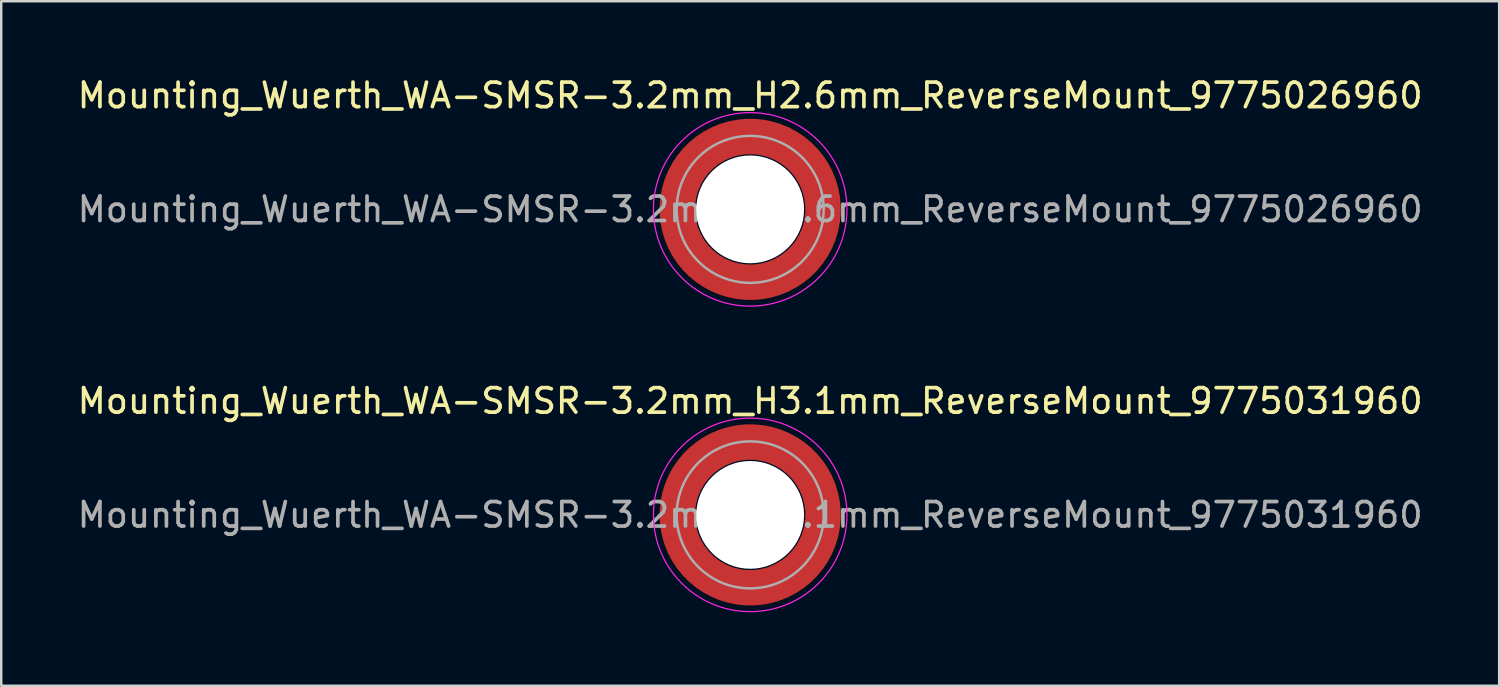
<source format=kicad_pcb>
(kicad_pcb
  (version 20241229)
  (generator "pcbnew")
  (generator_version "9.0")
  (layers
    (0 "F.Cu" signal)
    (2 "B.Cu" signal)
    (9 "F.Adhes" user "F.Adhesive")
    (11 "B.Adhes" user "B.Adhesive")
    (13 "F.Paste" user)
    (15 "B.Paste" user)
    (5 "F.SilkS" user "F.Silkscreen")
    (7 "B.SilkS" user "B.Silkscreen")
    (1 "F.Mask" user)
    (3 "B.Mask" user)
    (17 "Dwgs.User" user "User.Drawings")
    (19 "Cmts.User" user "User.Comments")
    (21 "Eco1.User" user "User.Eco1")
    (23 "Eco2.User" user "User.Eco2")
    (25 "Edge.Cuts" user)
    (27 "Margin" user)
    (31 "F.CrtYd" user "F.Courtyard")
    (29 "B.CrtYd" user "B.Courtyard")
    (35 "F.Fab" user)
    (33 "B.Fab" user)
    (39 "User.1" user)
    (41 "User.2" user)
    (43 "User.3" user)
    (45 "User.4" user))
  (footprint "Mounting_Wuerth_WA-SMSR-3.2mm_H3.1mm_ReverseMount_9775031960"
    (layer "F.Cu")
    (at 27.577 17.971)
    (property "Reference" "Mounting_Wuerth_WA-SMSR-3.2mm_H3.1mm_ReverseMount_9775031960" (at 0 -4.65 0) (layer "F.SilkS") (effects (font (size 1 1) (thickness 0.15))))
    (attr smd)
    (fp_circle (center 0 0) (end 3.95 0) (stroke (width 0.05) (type solid)) (fill no) (layer "F.CrtYd"))
    (fp_circle (center 0 0) (end 3 0) (stroke (width 0.1) (type solid)) (fill no) (layer "F.Fab"))
    (fp_text user "${REFERENCE}" (at 0 0 0) (layer "F.Fab") (effects (font (size 1 1) (thickness 0.15))))
    (pad "" smd custom (at -2.095 -2.095) (size 0.945 0.945) (layers "F.Paste") (options (anchor circle)) (primitives (gr_arc (start -0.24231 1.594804) (mid 0.404819 0.404819) (end 1.594804 -0.24231) (width 0.2)) (gr_arc (start -0.3398 1.594804) (mid 0.337349 0.337349) (end 1.594804 -0.3398) (width 0.2)) (gr_arc (start -0.437132 1.594804) (mid 0.269879 0.269879) (end 1.594804 -0.437132) (width 0.2)) (gr_arc (start -0.534324 1.594804) (mid 0.202409 0.202409) (end 1.594804 -0.534324) (width 0.2)) (gr_arc (start -0.631391 1.594804) (mid 0.134939 0.134939) (end 1.594804 -0.631391) (width 0.2)) (gr_arc (start -0.728345 1.594804) (mid 0.06747 0.06747) (end 1.594804 -0.728345) (width 0.2)) (gr_arc (start -0.825197 1.594804) (mid 0 0) (end 1.594804 -0.825197) (width 0.2)) (gr_arc (start -0.921958 1.594804) (mid -0.067469 -0.067469) (end 1.594804 -0.921958) (width 0.2)) (gr_arc (start -1.018637 1.594804) (mid -0.13494 -0.13494) (end 1.594804 -1.018637) (width 0.2)) (gr_arc (start -1.115239 1.594804) (mid -0.202409 -0.202409) (end 1.594804 -1.115239) (width 0.2)) (gr_arc (start -1.211773 1.594804) (mid -0.269879 -0.269879) (end 1.594804 -1.211773) (width 0.2)) (gr_arc (start -1.308244 1.594804) (mid -0.337349 -0.337349) (end 1.594804 -1.308244) (width 0.2)) (gr_arc (start -1.404657 1.594804) (mid -0.404819 -0.404819) (end 1.594804 -1.404657) (width 0.2)) (gr_arc (start -1.404657 1.594804) (mid -0.404819 -0.404819) (end 1.594804 -1.404657) (width 0.2)) (gr_line (start 1.595 -0.242) (end 1.595 -1.405) (width 0.2)) (gr_line (start -0.242 1.595) (end -1.405 1.595) (width 0.2))))
    (pad "" smd custom (at -2.095 2.095) (size 0.945 0.945) (layers "F.Paste") (options (anchor circle)) (primitives (gr_arc (start 1.594804 0.24231) (mid 0.404819 -0.404819) (end -0.24231 -1.594804) (width 0.2)) (gr_arc (start 1.594804 0.3398) (mid 0.337349 -0.337349) (end -0.3398 -1.594804) (width 0.2)) (gr_arc (start 1.594804 0.437132) (mid 0.269879 -0.269879) (end -0.437132 -1.594804) (width 0.2)) (gr_arc (start 1.594804 0.534324) (mid 0.202409 -0.202409) (end -0.534324 -1.594804) (width 0.2)) (gr_arc (start 1.594804 0.631391) (mid 0.134939 -0.134939) (end -0.631391 -1.594804) (width 0.2)) (gr_arc (start 1.594804 0.728345) (mid 0.06747 -0.06747) (end -0.728345 -1.594804) (width 0.2)) (gr_arc (start 1.594804 0.825197) (mid 0 0) (end -0.825197 -1.594804) (width 0.2)) (gr_arc (start 1.594804 0.921958) (mid -0.067469 0.067469) (end -0.921958 -1.594804) (width 0.2)) (gr_arc (start 1.594804 1.018637) (mid -0.13494 0.13494) (end -1.018637 -1.594804) (width 0.2)) (gr_arc (start 1.594804 1.115239) (mid -0.202409 0.202409) (end -1.115239 -1.594804) (width 0.2)) (gr_arc (start 1.594804 1.211773) (mid -0.269879 0.269879) (end -1.211773 -1.594804) (width 0.2)) (gr_arc (start 1.594804 1.308244) (mid -0.337349 0.337349) (end -1.308244 -1.594804) (width 0.2)) (gr_arc (start 1.594804 1.404657) (mid -0.404819 0.404819) (end -1.404657 -1.594804) (width 0.2)) (gr_arc (start 1.594804 1.404657) (mid -0.404819 0.404819) (end -1.404657 -1.594804) (width 0.2)) (gr_line (start -0.242 -1.595) (end -1.405 -1.595) (width 0.2)) (gr_line (start 1.595 0.242) (end 1.595 1.405) (width 0.2))))
    (pad "" np_thru_hole circle (at 0 0) (size 4.4 4.4) (drill 4.4) (layers "*.Cu" "*.Mask"))
    (pad "" smd custom (at 2.095 -2.095) (size 0.945 0.945) (layers "F.Paste") (options (anchor circle)) (primitives (gr_arc (start -1.594804 -0.24231) (mid -0.404819 0.404819) (end 0.24231 1.594804) (width 0.2)) (gr_arc (start -1.594804 -0.3398) (mid -0.337349 0.337349) (end 0.3398 1.594804) (width 0.2)) (gr_arc (start -1.594804 -0.437132) (mid -0.269879 0.269879) (end 0.437132 1.594804) (width 0.2)) (gr_arc (start -1.594804 -0.534324) (mid -0.202409 0.202409) (end 0.534324 1.594804) (width 0.2)) (gr_arc (start -1.594804 -0.631391) (mid -0.134939 0.134939) (end 0.631391 1.594804) (width 0.2)) (gr_arc (start -1.594804 -0.728345) (mid -0.06747 0.06747) (end 0.728345 1.594804) (width 0.2)) (gr_arc (start -1.594804 -0.825197) (mid 0 0) (end 0.825197 1.594804) (width 0.2)) (gr_arc (start -1.594804 -0.921958) (mid 0.067469 -0.067469) (end 0.921958 1.594804) (width 0.2)) (gr_arc (start -1.594804 -1.018637) (mid 0.13494 -0.13494) (end 1.018637 1.594804) (width 0.2)) (gr_arc (start -1.594804 -1.115239) (mid 0.202409 -0.202409) (end 1.115239 1.594804) (width 0.2)) (gr_arc (start -1.594804 -1.211773) (mid 0.269879 -0.269879) (end 1.211773 1.594804) (width 0.2)) (gr_arc (start -1.594804 -1.308244) (mid 0.337349 -0.337349) (end 1.308244 1.594804) (width 0.2)) (gr_arc (start -1.594804 -1.404657) (mid 0.404819 -0.404819) (end 1.404657 1.594804) (width 0.2)) (gr_arc (start -1.594804 -1.404657) (mid 0.404819 -0.404819) (end 1.404657 1.594804) (width 0.2)) (gr_line (start 0.242 1.595) (end 1.405 1.595) (width 0.2)) (gr_line (start -1.595 -0.242) (end -1.595 -1.405) (width 0.2))))
    (pad "" smd custom (at 2.095 2.095) (size 0.945 0.945) (layers "F.Paste") (options (anchor circle)) (primitives (gr_arc (start 0.24231 -1.594804) (mid -0.404819 -0.404819) (end -1.594804 0.24231) (width 0.2)) (gr_arc (start 0.3398 -1.594804) (mid -0.337349 -0.337349) (end -1.594804 0.3398) (width 0.2)) (gr_arc (start 0.437132 -1.594804) (mid -0.269879 -0.269879) (end -1.594804 0.437132) (width 0.2)) (gr_arc (start 0.534324 -1.594804) (mid -0.202409 -0.202409) (end -1.594804 0.534324) (width 0.2)) (gr_arc (start 0.631391 -1.594804) (mid -0.134939 -0.134939) (end -1.594804 0.631391) (width 0.2)) (gr_arc (start 0.728345 -1.594804) (mid -0.06747 -0.06747) (end -1.594804 0.728345) (width 0.2)) (gr_arc (start 0.825197 -1.594804) (mid 0 0) (end -1.594804 0.825197) (width 0.2)) (gr_arc (start 0.921958 -1.594804) (mid 0.067469 0.067469) (end -1.594804 0.921958) (width 0.2)) (gr_arc (start 1.018637 -1.594804) (mid 0.13494 0.13494) (end -1.594804 1.018637) (width 0.2)) (gr_arc (start 1.115239 -1.594804) (mid 0.202409 0.202409) (end -1.594804 1.115239) (width 0.2)) (gr_arc (start 1.211773 -1.594804) (mid 0.269879 0.269879) (end -1.594804 1.211773) (width 0.2)) (gr_arc (start 1.308244 -1.594804) (mid 0.337349 0.337349) (end -1.594804 1.308244) (width 0.2)) (gr_arc (start 1.404657 -1.594804) (mid 0.404819 0.404819) (end -1.594804 1.404657) (width 0.2)) (gr_arc (start 1.404657 -1.594804) (mid 0.404819 0.404819) (end -1.594804 1.404657) (width 0.2)) (gr_line (start -1.595 0.242) (end -1.595 1.405) (width 0.2)) (gr_line (start 0.242 -1.595) (end 1.405 -1.595) (width 0.2))))
    (pad "1" smd circle (at -2.975 0) (size 1.05 1.05) (layers "F.Cu"))
    (pad "1" smd circle (at 0 -2.975) (size 1.05 1.05) (layers "F.Cu"))
    (pad "1" smd circle (at 0 2.975) (size 1.05 1.05) (layers "F.Cu"))
    (pad "1" smd custom (at 2.975 0) (size 1.05 1.05) (layers "F.Cu" "F.Mask") (options (anchor circle)) (primitives (gr_circle (center -2.975 0) (end 0 0) (width 1.45) (fill no)))))
  (footprint "Mounting_Wuerth_WA-SMSR-3.2mm_H2.6mm_ReverseMount_9775026960"
    (layer "F.Cu")
    (at 27.577 5.498)
    (property "Reference" "Mounting_Wuerth_WA-SMSR-3.2mm_H2.6mm_ReverseMount_9775026960" (at 0 -4.65 0) (layer "F.SilkS") (effects (font (size 1 1) (thickness 0.15))))
    (attr smd)
    (fp_circle (center 0 0) (end 3.95 0) (stroke (width 0.05) (type solid)) (fill no) (layer "F.CrtYd"))
    (fp_circle (center 0 0) (end 3 0) (stroke (width 0.1) (type solid)) (fill no) (layer "F.Fab"))
    (fp_text user "${REFERENCE}" (at 0 0 0) (layer "F.Fab") (effects (font (size 1 1) (thickness 0.15))))
    (pad "" smd custom (at -2.095 -2.095) (size 0.945 0.945) (layers "F.Paste") (options (anchor circle)) (primitives (gr_arc (start -0.24231 1.594804) (mid 0.404819 0.404819) (end 1.594804 -0.24231) (width 0.2)) (gr_arc (start -0.3398 1.594804) (mid 0.337349 0.337349) (end 1.594804 -0.3398) (width 0.2)) (gr_arc (start -0.437132 1.594804) (mid 0.269879 0.269879) (end 1.594804 -0.437132) (width 0.2)) (gr_arc (start -0.534324 1.594804) (mid 0.202409 0.202409) (end 1.594804 -0.534324) (width 0.2)) (gr_arc (start -0.631391 1.594804) (mid 0.134939 0.134939) (end 1.594804 -0.631391) (width 0.2)) (gr_arc (start -0.728345 1.594804) (mid 0.06747 0.06747) (end 1.594804 -0.728345) (width 0.2)) (gr_arc (start -0.825197 1.594804) (mid 0 0) (end 1.594804 -0.825197) (width 0.2)) (gr_arc (start -0.921958 1.594804) (mid -0.067469 -0.067469) (end 1.594804 -0.921958) (width 0.2)) (gr_arc (start -1.018637 1.594804) (mid -0.13494 -0.13494) (end 1.594804 -1.018637) (width 0.2)) (gr_arc (start -1.115239 1.594804) (mid -0.202409 -0.202409) (end 1.594804 -1.115239) (width 0.2)) (gr_arc (start -1.211773 1.594804) (mid -0.269879 -0.269879) (end 1.594804 -1.211773) (width 0.2)) (gr_arc (start -1.308244 1.594804) (mid -0.337349 -0.337349) (end 1.594804 -1.308244) (width 0.2)) (gr_arc (start -1.404657 1.594804) (mid -0.404819 -0.404819) (end 1.594804 -1.404657) (width 0.2)) (gr_arc (start -1.404657 1.594804) (mid -0.404819 -0.404819) (end 1.594804 -1.404657) (width 0.2)) (gr_line (start 1.595 -0.242) (end 1.595 -1.405) (width 0.2)) (gr_line (start -0.242 1.595) (end -1.405 1.595) (width 0.2))))
    (pad "" smd custom (at -2.095 2.095) (size 0.945 0.945) (layers "F.Paste") (options (anchor circle)) (primitives (gr_arc (start 1.594804 0.24231) (mid 0.404819 -0.404819) (end -0.24231 -1.594804) (width 0.2)) (gr_arc (start 1.594804 0.3398) (mid 0.337349 -0.337349) (end -0.3398 -1.594804) (width 0.2)) (gr_arc (start 1.594804 0.437132) (mid 0.269879 -0.269879) (end -0.437132 -1.594804) (width 0.2)) (gr_arc (start 1.594804 0.534324) (mid 0.202409 -0.202409) (end -0.534324 -1.594804) (width 0.2)) (gr_arc (start 1.594804 0.631391) (mid 0.134939 -0.134939) (end -0.631391 -1.594804) (width 0.2)) (gr_arc (start 1.594804 0.728345) (mid 0.06747 -0.06747) (end -0.728345 -1.594804) (width 0.2)) (gr_arc (start 1.594804 0.825197) (mid 0 0) (end -0.825197 -1.594804) (width 0.2)) (gr_arc (start 1.594804 0.921958) (mid -0.067469 0.067469) (end -0.921958 -1.594804) (width 0.2)) (gr_arc (start 1.594804 1.018637) (mid -0.13494 0.13494) (end -1.018637 -1.594804) (width 0.2)) (gr_arc (start 1.594804 1.115239) (mid -0.202409 0.202409) (end -1.115239 -1.594804) (width 0.2)) (gr_arc (start 1.594804 1.211773) (mid -0.269879 0.269879) (end -1.211773 -1.594804) (width 0.2)) (gr_arc (start 1.594804 1.308244) (mid -0.337349 0.337349) (end -1.308244 -1.594804) (width 0.2)) (gr_arc (start 1.594804 1.404657) (mid -0.404819 0.404819) (end -1.404657 -1.594804) (width 0.2)) (gr_arc (start 1.594804 1.404657) (mid -0.404819 0.404819) (end -1.404657 -1.594804) (width 0.2)) (gr_line (start -0.242 -1.595) (end -1.405 -1.595) (width 0.2)) (gr_line (start 1.595 0.242) (end 1.595 1.405) (width 0.2))))
    (pad "" np_thru_hole circle (at 0 0) (size 4.4 4.4) (drill 4.4) (layers "*.Cu" "*.Mask"))
    (pad "" smd custom (at 2.095 -2.095) (size 0.945 0.945) (layers "F.Paste") (options (anchor circle)) (primitives (gr_arc (start -1.594804 -0.24231) (mid -0.404819 0.404819) (end 0.24231 1.594804) (width 0.2)) (gr_arc (start -1.594804 -0.3398) (mid -0.337349 0.337349) (end 0.3398 1.594804) (width 0.2)) (gr_arc (start -1.594804 -0.437132) (mid -0.269879 0.269879) (end 0.437132 1.594804) (width 0.2)) (gr_arc (start -1.594804 -0.534324) (mid -0.202409 0.202409) (end 0.534324 1.594804) (width 0.2)) (gr_arc (start -1.594804 -0.631391) (mid -0.134939 0.134939) (end 0.631391 1.594804) (width 0.2)) (gr_arc (start -1.594804 -0.728345) (mid -0.06747 0.06747) (end 0.728345 1.594804) (width 0.2)) (gr_arc (start -1.594804 -0.825197) (mid 0 0) (end 0.825197 1.594804) (width 0.2)) (gr_arc (start -1.594804 -0.921958) (mid 0.067469 -0.067469) (end 0.921958 1.594804) (width 0.2)) (gr_arc (start -1.594804 -1.018637) (mid 0.13494 -0.13494) (end 1.018637 1.594804) (width 0.2)) (gr_arc (start -1.594804 -1.115239) (mid 0.202409 -0.202409) (end 1.115239 1.594804) (width 0.2)) (gr_arc (start -1.594804 -1.211773) (mid 0.269879 -0.269879) (end 1.211773 1.594804) (width 0.2)) (gr_arc (start -1.594804 -1.308244) (mid 0.337349 -0.337349) (end 1.308244 1.594804) (width 0.2)) (gr_arc (start -1.594804 -1.404657) (mid 0.404819 -0.404819) (end 1.404657 1.594804) (width 0.2)) (gr_arc (start -1.594804 -1.404657) (mid 0.404819 -0.404819) (end 1.404657 1.594804) (width 0.2)) (gr_line (start 0.242 1.595) (end 1.405 1.595) (width 0.2)) (gr_line (start -1.595 -0.242) (end -1.595 -1.405) (width 0.2))))
    (pad "" smd custom (at 2.095 2.095) (size 0.945 0.945) (layers "F.Paste") (options (anchor circle)) (primitives (gr_arc (start 0.24231 -1.594804) (mid -0.404819 -0.404819) (end -1.594804 0.24231) (width 0.2)) (gr_arc (start 0.3398 -1.594804) (mid -0.337349 -0.337349) (end -1.594804 0.3398) (width 0.2)) (gr_arc (start 0.437132 -1.594804) (mid -0.269879 -0.269879) (end -1.594804 0.437132) (width 0.2)) (gr_arc (start 0.534324 -1.594804) (mid -0.202409 -0.202409) (end -1.594804 0.534324) (width 0.2)) (gr_arc (start 0.631391 -1.594804) (mid -0.134939 -0.134939) (end -1.594804 0.631391) (width 0.2)) (gr_arc (start 0.728345 -1.594804) (mid -0.06747 -0.06747) (end -1.594804 0.728345) (width 0.2)) (gr_arc (start 0.825197 -1.594804) (mid 0 0) (end -1.594804 0.825197) (width 0.2)) (gr_arc (start 0.921958 -1.594804) (mid 0.067469 0.067469) (end -1.594804 0.921958) (width 0.2)) (gr_arc (start 1.018637 -1.594804) (mid 0.13494 0.13494) (end -1.594804 1.018637) (width 0.2)) (gr_arc (start 1.115239 -1.594804) (mid 0.202409 0.202409) (end -1.594804 1.115239) (width 0.2)) (gr_arc (start 1.211773 -1.594804) (mid 0.269879 0.269879) (end -1.594804 1.211773) (width 0.2)) (gr_arc (start 1.308244 -1.594804) (mid 0.337349 0.337349) (end -1.594804 1.308244) (width 0.2)) (gr_arc (start 1.404657 -1.594804) (mid 0.404819 0.404819) (end -1.594804 1.404657) (width 0.2)) (gr_arc (start 1.404657 -1.594804) (mid 0.404819 0.404819) (end -1.594804 1.404657) (width 0.2)) (gr_line (start -1.595 0.242) (end -1.595 1.405) (width 0.2)) (gr_line (start 0.242 -1.595) (end 1.405 -1.595) (width 0.2))))
    (pad "1" smd circle (at -2.975 0) (size 1.05 1.05) (layers "F.Cu"))
    (pad "1" smd circle (at 0 -2.975) (size 1.05 1.05) (layers "F.Cu"))
    (pad "1" smd circle (at 0 2.975) (size 1.05 1.05) (layers "F.Cu"))
    (pad "1" smd custom (at 2.975 0) (size 1.05 1.05) (layers "F.Cu" "F.Mask") (options (anchor circle)) (primitives (gr_circle (center -2.975 0) (end 0 0) (width 1.45) (fill no)))))
  (gr_rect
    (start -3 -3)
    (end 58.155 24.947)
    (stroke (width 0.1) (type default))
    (fill no)
    (layer "Edge.Cuts")))
</source>
